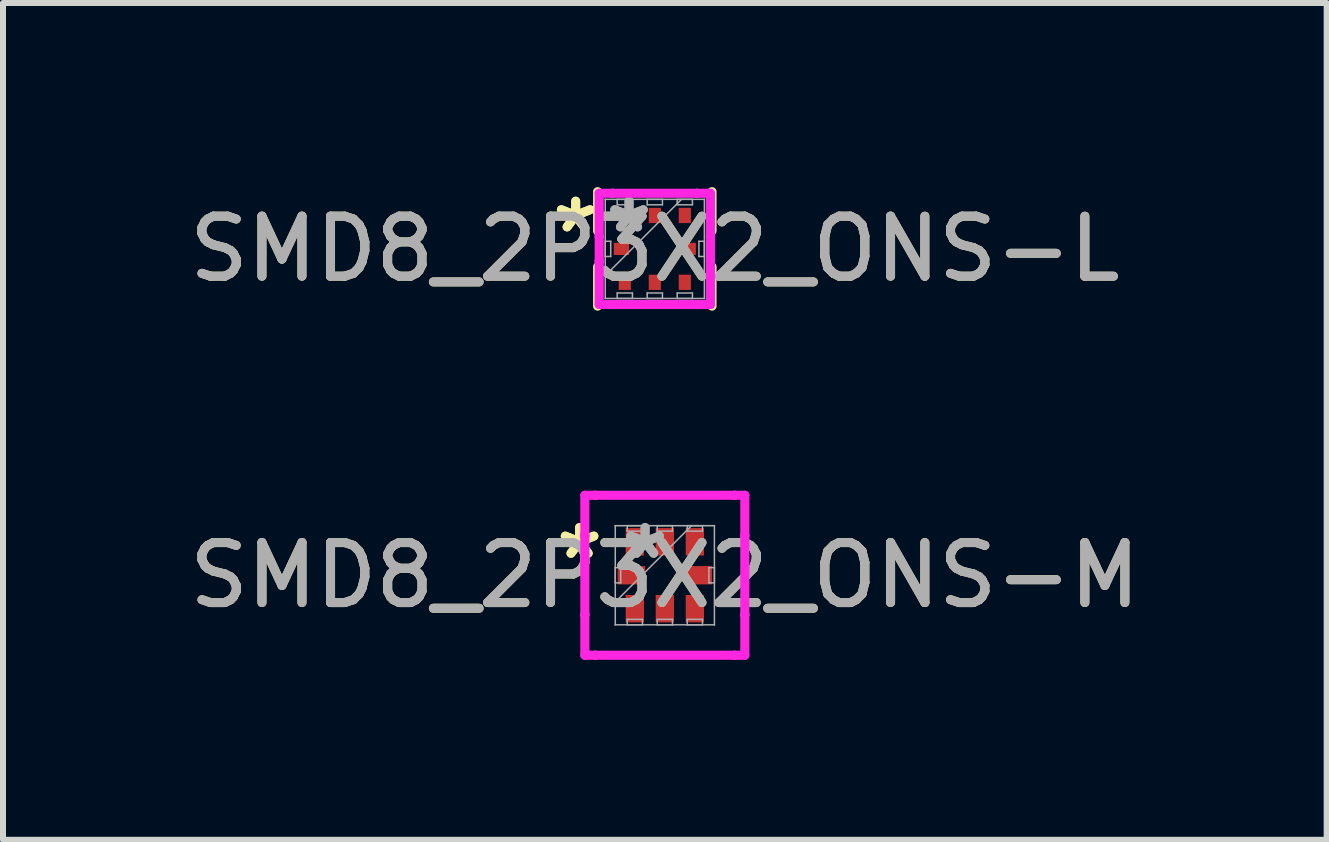
<source format=kicad_pcb>
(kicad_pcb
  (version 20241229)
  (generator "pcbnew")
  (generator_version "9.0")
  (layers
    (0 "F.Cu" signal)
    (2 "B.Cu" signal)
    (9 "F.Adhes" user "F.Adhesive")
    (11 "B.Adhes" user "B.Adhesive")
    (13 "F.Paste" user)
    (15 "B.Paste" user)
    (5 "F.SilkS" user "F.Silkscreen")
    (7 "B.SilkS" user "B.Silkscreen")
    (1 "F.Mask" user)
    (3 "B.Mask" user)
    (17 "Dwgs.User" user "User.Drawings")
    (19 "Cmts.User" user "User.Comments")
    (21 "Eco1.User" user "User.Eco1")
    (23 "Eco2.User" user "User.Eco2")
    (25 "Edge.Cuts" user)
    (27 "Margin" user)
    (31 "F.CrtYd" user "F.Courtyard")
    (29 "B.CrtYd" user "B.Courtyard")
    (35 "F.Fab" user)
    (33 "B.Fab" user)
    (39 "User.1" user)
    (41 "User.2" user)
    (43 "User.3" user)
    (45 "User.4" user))
  (footprint "SMD8_2P3X2_ONS-L"
    (layer "F.Cu")
    (at 7.863 1.098)
    (property "Reference" "SMD8_2P3X2_ONS-L" (at 0 0 0) (unlocked yes) (layer "F.SilkS") (effects (font (size 1 1) (thickness 0.15))))
    (attr smd)
    (fp_line (start -0.953 -0.953) (end -0.953 -0.298) (stroke (width 0.152) (type solid)) (layer "F.SilkS"))
    (fp_line (start -0.953 0.298) (end -0.953 0.953) (stroke (width 0.152) (type solid)) (layer "F.SilkS"))
    (fp_line (start 0.953 -0.298) (end 0.953 -0.953) (stroke (width 0.152) (type solid)) (layer "F.SilkS"))
    (fp_line (start 0.953 0.953) (end 0.953 0.298) (stroke (width 0.152) (type solid)) (layer "F.SilkS"))
    (fp_line (start -0.927 -0.927) (end -0.703 -0.927) (stroke (width 0.152) (type solid)) (layer "F.CrtYd"))
    (fp_line (start -0.927 -0.203) (end -0.927 -0.927) (stroke (width 0.152) (type solid)) (layer "F.CrtYd"))
    (fp_line (start -0.927 -0.203) (end -0.927 -0.203) (stroke (width 0.152) (type solid)) (layer "F.CrtYd"))
    (fp_line (start -0.927 0.203) (end -0.927 -0.203) (stroke (width 0.152) (type solid)) (layer "F.CrtYd"))
    (fp_line (start -0.927 0.203) (end -0.927 0.203) (stroke (width 0.152) (type solid)) (layer "F.CrtYd"))
    (fp_line (start -0.927 0.927) (end -0.927 0.203) (stroke (width 0.152) (type solid)) (layer "F.CrtYd"))
    (fp_line (start -0.703 -0.927) (end -0.703 -0.927) (stroke (width 0.152) (type solid)) (layer "F.CrtYd"))
    (fp_line (start -0.703 -0.927) (end 0.703 -0.927) (stroke (width 0.152) (type solid)) (layer "F.CrtYd"))
    (fp_line (start -0.703 0.927) (end -0.927 0.927) (stroke (width 0.152) (type solid)) (layer "F.CrtYd"))
    (fp_line (start -0.703 0.927) (end -0.703 0.927) (stroke (width 0.152) (type solid)) (layer "F.CrtYd"))
    (fp_line (start 0.703 -0.927) (end 0.703 -0.927) (stroke (width 0.152) (type solid)) (layer "F.CrtYd"))
    (fp_line (start 0.703 -0.927) (end 0.927 -0.927) (stroke (width 0.152) (type solid)) (layer "F.CrtYd"))
    (fp_line (start 0.703 0.927) (end -0.703 0.927) (stroke (width 0.152) (type solid)) (layer "F.CrtYd"))
    (fp_line (start 0.703 0.927) (end 0.703 0.927) (stroke (width 0.152) (type solid)) (layer "F.CrtYd"))
    (fp_line (start 0.927 -0.927) (end 0.927 -0.203) (stroke (width 0.152) (type solid)) (layer "F.CrtYd"))
    (fp_line (start 0.927 -0.203) (end 0.927 -0.203) (stroke (width 0.152) (type solid)) (layer "F.CrtYd"))
    (fp_line (start 0.927 -0.203) (end 0.927 0.203) (stroke (width 0.152) (type solid)) (layer "F.CrtYd"))
    (fp_line (start 0.927 0.203) (end 0.927 0.203) (stroke (width 0.152) (type solid)) (layer "F.CrtYd"))
    (fp_line (start 0.927 0.203) (end 0.927 0.927) (stroke (width 0.152) (type solid)) (layer "F.CrtYd"))
    (fp_line (start 0.927 0.927) (end 0.703 0.927) (stroke (width 0.152) (type solid)) (layer "F.CrtYd"))
    (fp_line (start -0.826 -0.826) (end -0.826 -0.826) (stroke (width 0.025) (type solid)) (layer "F.Fab"))
    (fp_line (start -0.826 -0.826) (end -0.826 0.826) (stroke (width 0.025) (type solid)) (layer "F.Fab"))
    (fp_line (start -0.826 -0.127) (end -0.735 -0.127) (stroke (width 0.025) (type solid)) (layer "F.Fab"))
    (fp_line (start -0.826 0.127) (end -0.826 -0.127) (stroke (width 0.025) (type solid)) (layer "F.Fab"))
    (fp_line (start -0.826 0.445) (end 0.445 -0.826) (stroke (width 0.025) (type solid)) (layer "F.Fab"))
    (fp_line (start -0.826 0.826) (end -0.826 0.826) (stroke (width 0.025) (type solid)) (layer "F.Fab"))
    (fp_line (start -0.826 0.826) (end 0.826 0.826) (stroke (width 0.025) (type solid)) (layer "F.Fab"))
    (fp_line (start -0.735 -0.127) (end -0.735 0.127) (stroke (width 0.025) (type solid)) (layer "F.Fab"))
    (fp_line (start -0.735 0.127) (end -0.826 0.127) (stroke (width 0.025) (type solid)) (layer "F.Fab"))
    (fp_line (start -0.627 -0.826) (end -0.373 -0.826) (stroke (width 0.025) (type solid)) (layer "F.Fab"))
    (fp_line (start -0.627 -0.735) (end -0.627 -0.826) (stroke (width 0.025) (type solid)) (layer "F.Fab"))
    (fp_line (start -0.627 0.735) (end -0.373 0.735) (stroke (width 0.025) (type solid)) (layer "F.Fab"))
    (fp_line (start -0.627 0.826) (end -0.627 0.735) (stroke (width 0.025) (type solid)) (layer "F.Fab"))
    (fp_line (start -0.373 -0.826) (end -0.373 -0.735) (stroke (width 0.025) (type solid)) (layer "F.Fab"))
    (fp_line (start -0.373 -0.735) (end -0.627 -0.735) (stroke (width 0.025) (type solid)) (layer "F.Fab"))
    (fp_line (start -0.373 0.735) (end -0.373 0.826) (stroke (width 0.025) (type solid)) (layer "F.Fab"))
    (fp_line (start -0.373 0.826) (end -0.627 0.826) (stroke (width 0.025) (type solid)) (layer "F.Fab"))
    (fp_line (start -0.127 -0.826) (end 0.127 -0.826) (stroke (width 0.025) (type solid)) (layer "F.Fab"))
    (fp_line (start -0.127 -0.735) (end -0.127 -0.826) (stroke (width 0.025) (type solid)) (layer "F.Fab"))
    (fp_line (start -0.127 0.735) (end 0.127 0.735) (stroke (width 0.025) (type solid)) (layer "F.Fab"))
    (fp_line (start -0.127 0.826) (end -0.127 0.735) (stroke (width 0.025) (type solid)) (layer "F.Fab"))
    (fp_line (start 0.127 -0.826) (end 0.127 -0.735) (stroke (width 0.025) (type solid)) (layer "F.Fab"))
    (fp_line (start 0.127 -0.735) (end -0.127 -0.735) (stroke (width 0.025) (type solid)) (layer "F.Fab"))
    (fp_line (start 0.127 0.735) (end 0.127 0.826) (stroke (width 0.025) (type solid)) (layer "F.Fab"))
    (fp_line (start 0.127 0.826) (end -0.127 0.826) (stroke (width 0.025) (type solid)) (layer "F.Fab"))
    (fp_line (start 0.373 -0.826) (end 0.627 -0.826) (stroke (width 0.025) (type solid)) (layer "F.Fab"))
    (fp_line (start 0.373 -0.735) (end 0.373 -0.826) (stroke (width 0.025) (type solid)) (layer "F.Fab"))
    (fp_line (start 0.373 0.735) (end 0.627 0.735) (stroke (width 0.025) (type solid)) (layer "F.Fab"))
    (fp_line (start 0.373 0.826) (end 0.373 0.735) (stroke (width 0.025) (type solid)) (layer "F.Fab"))
    (fp_line (start 0.627 -0.826) (end 0.627 -0.735) (stroke (width 0.025) (type solid)) (layer "F.Fab"))
    (fp_line (start 0.627 -0.735) (end 0.373 -0.735) (stroke (width 0.025) (type solid)) (layer "F.Fab"))
    (fp_line (start 0.627 0.735) (end 0.627 0.826) (stroke (width 0.025) (type solid)) (layer "F.Fab"))
    (fp_line (start 0.627 0.826) (end 0.373 0.826) (stroke (width 0.025) (type solid)) (layer "F.Fab"))
    (fp_line (start 0.735 -0.127) (end 0.826 -0.127) (stroke (width 0.025) (type solid)) (layer "F.Fab"))
    (fp_line (start 0.735 0.127) (end 0.735 -0.127) (stroke (width 0.025) (type solid)) (layer "F.Fab"))
    (fp_line (start 0.826 -0.826) (end -0.826 -0.826) (stroke (width 0.025) (type solid)) (layer "F.Fab"))
    (fp_line (start 0.826 -0.826) (end 0.826 -0.826) (stroke (width 0.025) (type solid)) (layer "F.Fab"))
    (fp_line (start 0.826 -0.127) (end 0.826 0.127) (stroke (width 0.025) (type solid)) (layer "F.Fab"))
    (fp_line (start 0.826 0.127) (end 0.735 0.127) (stroke (width 0.025) (type solid)) (layer "F.Fab"))
    (fp_line (start 0.826 0.826) (end 0.826 -0.826) (stroke (width 0.025) (type solid)) (layer "F.Fab"))
    (fp_line (start 0.826 0.826) (end 0.826 0.826) (stroke (width 0.025) (type solid)) (layer "F.Fab"))
    (fp_text user "*" (at -1.319 -0.25 0) (unlocked yes) (layer "F.SilkS") (effects (font (size 1 1) (thickness 0.15))))
    (fp_text user "*" (at -1.319 -0.25 0) (layer "F.SilkS") (effects (font (size 1 1) (thickness 0.15))))
    (fp_text user "*" (at -0.43 -0.25 0) (layer "F.Fab") (effects (font (size 1 1) (thickness 0.15))))
    (fp_text user "${REFERENCE}" (at 0 0 0) (unlocked yes) (layer "F.Fab") (effects (font (size 1 1) (thickness 0.15))))
    (fp_text user "*" (at -0.43 -0.25 0) (unlocked yes) (layer "F.Fab") (effects (font (size 1 1) (thickness 0.15))))
    (pad "1" smd rect (at -0.557 0 90) (size 0.203 0.254) (layers "F.Cu" "F.Mask" "F.Paste"))
    (pad "2" smd rect (at -0.5 0.557) (size 0.203 0.254) (layers "F.Cu" "F.Mask" "F.Paste"))
    (pad "3" smd rect (at 0 0.557) (size 0.203 0.254) (layers "F.Cu" "F.Mask" "F.Paste"))
    (pad "4" smd rect (at 0.5 0.557) (size 0.203 0.254) (layers "F.Cu" "F.Mask" "F.Paste"))
    (pad "5" smd rect (at 0.557 0 90) (size 0.203 0.254) (layers "F.Cu" "F.Mask" "F.Paste"))
    (pad "6" smd rect (at 0.5 -0.557) (size 0.203 0.254) (layers "F.Cu" "F.Mask" "F.Paste"))
    (pad "7" smd rect (at 0 -0.557) (size 0.203 0.254) (layers "F.Cu" "F.Mask" "F.Paste"))
    (pad "8" smd rect (at -0.5 -0.557) (size 0.203 0.254) (layers "F.Cu" "F.Mask" "F.Paste")))
  (footprint "SMD8_2P3X2_ONS-M"
    (layer "F.Cu")
    (at 8.03 6.537)
    (property "Reference" "SMD8_2P3X2_ONS-M" (at 0 0 0) (unlocked yes) (layer "F.SilkS") (effects (font (size 1 1) (thickness 0.15))))
    (attr smd)
    (fp_line (start -1.333 -1.333) (end -1.16 -1.333) (stroke (width 0.152) (type solid)) (layer "F.CrtYd"))
    (fp_line (start -1.333 -0.66) (end -1.333 -1.333) (stroke (width 0.152) (type solid)) (layer "F.CrtYd"))
    (fp_line (start -1.333 -0.66) (end -1.333 -0.66) (stroke (width 0.152) (type solid)) (layer "F.CrtYd"))
    (fp_line (start -1.333 0.66) (end -1.333 -0.66) (stroke (width 0.152) (type solid)) (layer "F.CrtYd"))
    (fp_line (start -1.333 0.66) (end -1.333 0.66) (stroke (width 0.152) (type solid)) (layer "F.CrtYd"))
    (fp_line (start -1.333 1.333) (end -1.333 0.66) (stroke (width 0.152) (type solid)) (layer "F.CrtYd"))
    (fp_line (start -1.16 -1.333) (end -1.16 -1.333) (stroke (width 0.152) (type solid)) (layer "F.CrtYd"))
    (fp_line (start -1.16 -1.333) (end 1.16 -1.333) (stroke (width 0.152) (type solid)) (layer "F.CrtYd"))
    (fp_line (start -1.16 1.333) (end -1.333 1.333) (stroke (width 0.152) (type solid)) (layer "F.CrtYd"))
    (fp_line (start -1.16 1.333) (end -1.16 1.333) (stroke (width 0.152) (type solid)) (layer "F.CrtYd"))
    (fp_line (start 1.16 -1.333) (end 1.16 -1.333) (stroke (width 0.152) (type solid)) (layer "F.CrtYd"))
    (fp_line (start 1.16 -1.333) (end 1.333 -1.333) (stroke (width 0.152) (type solid)) (layer "F.CrtYd"))
    (fp_line (start 1.16 1.333) (end -1.16 1.333) (stroke (width 0.152) (type solid)) (layer "F.CrtYd"))
    (fp_line (start 1.16 1.333) (end 1.16 1.333) (stroke (width 0.152) (type solid)) (layer "F.CrtYd"))
    (fp_line (start 1.333 -1.333) (end 1.333 -0.66) (stroke (width 0.152) (type solid)) (layer "F.CrtYd"))
    (fp_line (start 1.333 -0.66) (end 1.333 -0.66) (stroke (width 0.152) (type solid)) (layer "F.CrtYd"))
    (fp_line (start 1.333 -0.66) (end 1.333 0.66) (stroke (width 0.152) (type solid)) (layer "F.CrtYd"))
    (fp_line (start 1.333 0.66) (end 1.333 0.66) (stroke (width 0.152) (type solid)) (layer "F.CrtYd"))
    (fp_line (start 1.333 0.66) (end 1.333 1.333) (stroke (width 0.152) (type solid)) (layer "F.CrtYd"))
    (fp_line (start 1.333 1.333) (end 1.16 1.333) (stroke (width 0.152) (type solid)) (layer "F.CrtYd"))
    (fp_line (start -0.826 -0.826) (end -0.826 -0.826) (stroke (width 0.025) (type solid)) (layer "F.Fab"))
    (fp_line (start -0.826 -0.826) (end -0.826 0.826) (stroke (width 0.025) (type solid)) (layer "F.Fab"))
    (fp_line (start -0.826 -0.127) (end -0.735 -0.127) (stroke (width 0.025) (type solid)) (layer "F.Fab"))
    (fp_line (start -0.826 0.127) (end -0.826 -0.127) (stroke (width 0.025) (type solid)) (layer "F.Fab"))
    (fp_line (start -0.826 0.445) (end 0.445 -0.826) (stroke (width 0.025) (type solid)) (layer "F.Fab"))
    (fp_line (start -0.826 0.826) (end -0.826 0.826) (stroke (width 0.025) (type solid)) (layer "F.Fab"))
    (fp_line (start -0.826 0.826) (end 0.826 0.826) (stroke (width 0.025) (type solid)) (layer "F.Fab"))
    (fp_line (start -0.735 -0.127) (end -0.735 0.127) (stroke (width 0.025) (type solid)) (layer "F.Fab"))
    (fp_line (start -0.735 0.127) (end -0.826 0.127) (stroke (width 0.025) (type solid)) (layer "F.Fab"))
    (fp_line (start -0.627 -0.826) (end -0.373 -0.826) (stroke (width 0.025) (type solid)) (layer "F.Fab"))
    (fp_line (start -0.627 -0.735) (end -0.627 -0.826) (stroke (width 0.025) (type solid)) (layer "F.Fab"))
    (fp_line (start -0.627 0.735) (end -0.373 0.735) (stroke (width 0.025) (type solid)) (layer "F.Fab"))
    (fp_line (start -0.627 0.826) (end -0.627 0.735) (stroke (width 0.025) (type solid)) (layer "F.Fab"))
    (fp_line (start -0.373 -0.826) (end -0.373 -0.735) (stroke (width 0.025) (type solid)) (layer "F.Fab"))
    (fp_line (start -0.373 -0.735) (end -0.627 -0.735) (stroke (width 0.025) (type solid)) (layer "F.Fab"))
    (fp_line (start -0.373 0.735) (end -0.373 0.826) (stroke (width 0.025) (type solid)) (layer "F.Fab"))
    (fp_line (start -0.373 0.826) (end -0.627 0.826) (stroke (width 0.025) (type solid)) (layer "F.Fab"))
    (fp_line (start -0.127 -0.826) (end 0.127 -0.826) (stroke (width 0.025) (type solid)) (layer "F.Fab"))
    (fp_line (start -0.127 -0.735) (end -0.127 -0.826) (stroke (width 0.025) (type solid)) (layer "F.Fab"))
    (fp_line (start -0.127 0.735) (end 0.127 0.735) (stroke (width 0.025) (type solid)) (layer "F.Fab"))
    (fp_line (start -0.127 0.826) (end -0.127 0.735) (stroke (width 0.025) (type solid)) (layer "F.Fab"))
    (fp_line (start 0.127 -0.826) (end 0.127 -0.735) (stroke (width 0.025) (type solid)) (layer "F.Fab"))
    (fp_line (start 0.127 -0.735) (end -0.127 -0.735) (stroke (width 0.025) (type solid)) (layer "F.Fab"))
    (fp_line (start 0.127 0.735) (end 0.127 0.826) (stroke (width 0.025) (type solid)) (layer "F.Fab"))
    (fp_line (start 0.127 0.826) (end -0.127 0.826) (stroke (width 0.025) (type solid)) (layer "F.Fab"))
    (fp_line (start 0.373 -0.826) (end 0.627 -0.826) (stroke (width 0.025) (type solid)) (layer "F.Fab"))
    (fp_line (start 0.373 -0.735) (end 0.373 -0.826) (stroke (width 0.025) (type solid)) (layer "F.Fab"))
    (fp_line (start 0.373 0.735) (end 0.627 0.735) (stroke (width 0.025) (type solid)) (layer "F.Fab"))
    (fp_line (start 0.373 0.826) (end 0.373 0.735) (stroke (width 0.025) (type solid)) (layer "F.Fab"))
    (fp_line (start 0.627 -0.826) (end 0.627 -0.735) (stroke (width 0.025) (type solid)) (layer "F.Fab"))
    (fp_line (start 0.627 -0.735) (end 0.373 -0.735) (stroke (width 0.025) (type solid)) (layer "F.Fab"))
    (fp_line (start 0.627 0.735) (end 0.627 0.826) (stroke (width 0.025) (type solid)) (layer "F.Fab"))
    (fp_line (start 0.627 0.826) (end 0.373 0.826) (stroke (width 0.025) (type solid)) (layer "F.Fab"))
    (fp_line (start 0.735 -0.127) (end 0.826 -0.127) (stroke (width 0.025) (type solid)) (layer "F.Fab"))
    (fp_line (start 0.735 0.127) (end 0.735 -0.127) (stroke (width 0.025) (type solid)) (layer "F.Fab"))
    (fp_line (start 0.826 -0.826) (end -0.826 -0.826) (stroke (width 0.025) (type solid)) (layer "F.Fab"))
    (fp_line (start 0.826 -0.826) (end 0.826 -0.826) (stroke (width 0.025) (type solid)) (layer "F.Fab"))
    (fp_line (start 0.826 -0.127) (end 0.826 0.127) (stroke (width 0.025) (type solid)) (layer "F.Fab"))
    (fp_line (start 0.826 0.127) (end 0.735 0.127) (stroke (width 0.025) (type solid)) (layer "F.Fab"))
    (fp_line (start 0.826 0.826) (end 0.826 -0.826) (stroke (width 0.025) (type solid)) (layer "F.Fab"))
    (fp_line (start 0.826 0.826) (end 0.826 0.826) (stroke (width 0.025) (type solid)) (layer "F.Fab"))
    (fp_text user "*" (at -1.421 -0.25 0) (layer "F.SilkS") (effects (font (size 1 1) (thickness 0.15))))
    (fp_text user "*" (at -1.421 -0.25 0) (unlocked yes) (layer "F.SilkS") (effects (font (size 1 1) (thickness 0.15))))
    (fp_text user "${REFERENCE}" (at 0 0 0) (unlocked yes) (layer "F.Fab") (effects (font (size 1 1) (thickness 0.15))))
    (fp_text user "*" (at -0.329 -0.25 0) (layer "F.Fab") (effects (font (size 1 1) (thickness 0.15))))
    (fp_text user "*" (at -0.329 -0.25 0) (unlocked yes) (layer "F.Fab") (effects (font (size 1 1) (thickness 0.15))))
    (pad "1" smd rect (at -0.557 0 90) (size 0.305 0.457) (layers "F.Cu" "F.Mask" "F.Paste"))
    (pad "2" smd rect (at -0.5 0.557) (size 0.305 0.457) (layers "F.Cu" "F.Mask" "F.Paste"))
    (pad "3" smd rect (at 0 0.557) (size 0.305 0.457) (layers "F.Cu" "F.Mask" "F.Paste"))
    (pad "4" smd rect (at 0.5 0.557) (size 0.305 0.457) (layers "F.Cu" "F.Mask" "F.Paste"))
    (pad "5" smd rect (at 0.557 0 90) (size 0.305 0.457) (layers "F.Cu" "F.Mask" "F.Paste"))
    (pad "6" smd rect (at 0.5 -0.557) (size 0.305 0.457) (layers "F.Cu" "F.Mask" "F.Paste"))
    (pad "7" smd rect (at 0 -0.557) (size 0.305 0.457) (layers "F.Cu" "F.Mask" "F.Paste"))
    (pad "8" smd rect (at -0.5 -0.557) (size 0.305 0.457) (layers "F.Cu" "F.Mask" "F.Paste")))
  (gr_rect
    (start -3 -3)
    (end 19.06 10.946)
    (stroke (width 0.1) (type default))
    (fill no)
    (layer "Edge.Cuts")))
</source>
